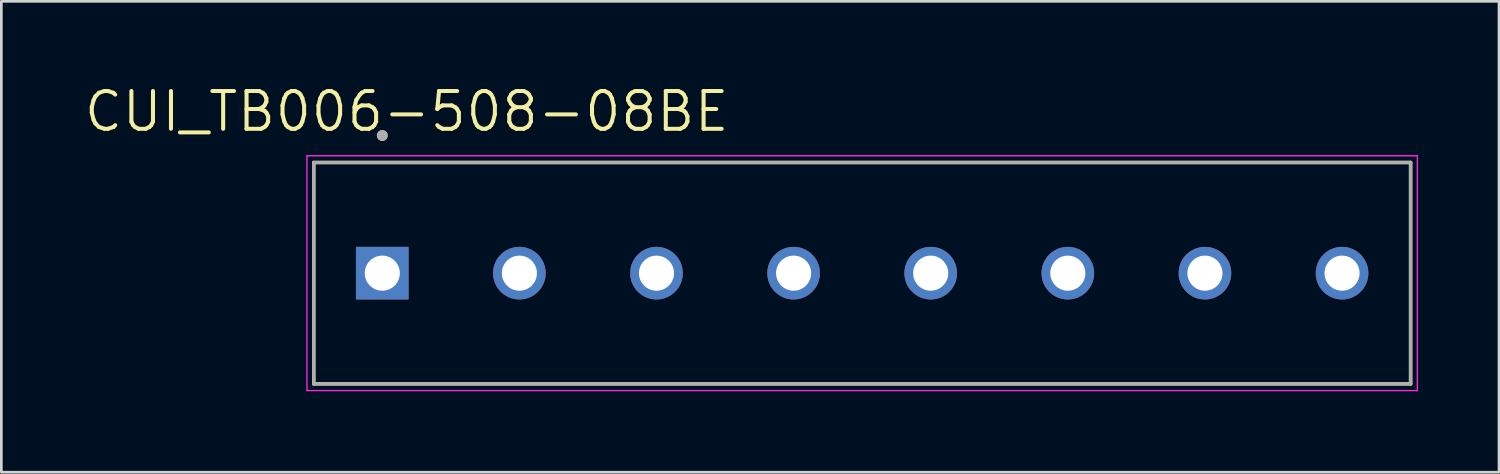
<source format=kicad_pcb>
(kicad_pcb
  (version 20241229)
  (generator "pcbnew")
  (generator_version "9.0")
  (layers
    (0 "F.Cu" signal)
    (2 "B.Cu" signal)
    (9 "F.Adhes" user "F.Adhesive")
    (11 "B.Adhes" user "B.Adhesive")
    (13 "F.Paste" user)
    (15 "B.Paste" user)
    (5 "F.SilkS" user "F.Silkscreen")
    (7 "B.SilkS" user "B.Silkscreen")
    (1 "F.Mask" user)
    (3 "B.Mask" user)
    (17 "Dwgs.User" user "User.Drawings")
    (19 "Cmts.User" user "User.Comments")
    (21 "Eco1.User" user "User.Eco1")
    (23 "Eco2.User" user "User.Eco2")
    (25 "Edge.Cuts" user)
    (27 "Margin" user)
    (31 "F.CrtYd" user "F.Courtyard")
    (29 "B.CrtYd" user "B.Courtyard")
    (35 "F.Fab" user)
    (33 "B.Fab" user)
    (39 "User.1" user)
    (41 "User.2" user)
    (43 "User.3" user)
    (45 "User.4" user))
  (footprint "CUI_TB006-508-08BE"
    (layer "F.Cu")
    (at 11.113 7.071)
    (property "Reference" "CUI_TB006-508-08BE" (at 0.905 -5.989 0) (layer "F.SilkS") (effects (font (size 1.4 1.4) (thickness 0.15))))
    (attr through_hole)
    (fp_line (start -2.54 -4.1) (end 38.1 -4.1) (stroke (width 0.127) (type solid)) (layer "F.SilkS"))
    (fp_line (start -2.54 4.1) (end -2.54 -4.1) (stroke (width 0.127) (type solid)) (layer "F.SilkS"))
    (fp_line (start 38.1 -4.1) (end 38.1 4.1) (stroke (width 0.127) (type solid)) (layer "F.SilkS"))
    (fp_line (start 38.1 4.1) (end -2.54 4.1) (stroke (width 0.127) (type solid)) (layer "F.SilkS"))
    (fp_circle (center 0 -5.1) (end 0.1 -5.1) (stroke (width 0.2) (type solid)) (fill no) (layer "F.SilkS"))
    (fp_line (start -2.79 -4.35) (end 38.35 -4.35) (stroke (width 0.05) (type solid)) (layer "F.CrtYd"))
    (fp_line (start -2.79 4.35) (end -2.79 -4.35) (stroke (width 0.05) (type solid)) (layer "F.CrtYd"))
    (fp_line (start 38.35 -4.35) (end 38.35 4.35) (stroke (width 0.05) (type solid)) (layer "F.CrtYd"))
    (fp_line (start 38.35 4.35) (end -2.79 4.35) (stroke (width 0.05) (type solid)) (layer "F.CrtYd"))
    (fp_line (start -2.54 -4.1) (end 38.1 -4.1) (stroke (width 0.127) (type solid)) (layer "F.Fab"))
    (fp_line (start -2.54 4.1) (end -2.54 -4.1) (stroke (width 0.127) (type solid)) (layer "F.Fab"))
    (fp_line (start 38.1 -4.1) (end 38.1 4.1) (stroke (width 0.127) (type solid)) (layer "F.Fab"))
    (fp_line (start 38.1 4.1) (end -2.54 4.1) (stroke (width 0.127) (type solid)) (layer "F.Fab"))
    (fp_circle (center 0 -5.1) (end 0.1 -5.1) (stroke (width 0.2) (type solid)) (fill no) (layer "F.Fab"))
    (pad "1" thru_hole rect (at 0 0) (size 1.95 1.95) (drill 1.3) (layers "*.Cu" "*.Mask"))
    (pad "2" thru_hole circle (at 5.08 0) (size 1.95 1.95) (drill 1.3) (layers "*.Cu" "*.Mask"))
    (pad "3" thru_hole circle (at 10.16 0) (size 1.95 1.95) (drill 1.3) (layers "*.Cu" "*.Mask"))
    (pad "4" thru_hole circle (at 15.24 0) (size 1.95 1.95) (drill 1.3) (layers "*.Cu" "*.Mask"))
    (pad "5" thru_hole circle (at 20.32 0) (size 1.95 1.95) (drill 1.3) (layers "*.Cu" "*.Mask"))
    (pad "6" thru_hole circle (at 25.4 0) (size 1.95 1.95) (drill 1.3) (layers "*.Cu" "*.Mask"))
    (pad "7" thru_hole circle (at 30.48 0) (size 1.95 1.95) (drill 1.3) (layers "*.Cu" "*.Mask"))
    (pad "8" thru_hole circle (at 35.56 0) (size 1.95 1.95) (drill 1.3) (layers "*.Cu" "*.Mask")))
  (gr_rect
    (start -3 -3)
    (end 52.488 14.446)
    (stroke (width 0.1) (type default))
    (fill no)
    (layer "Edge.Cuts")))
</source>
